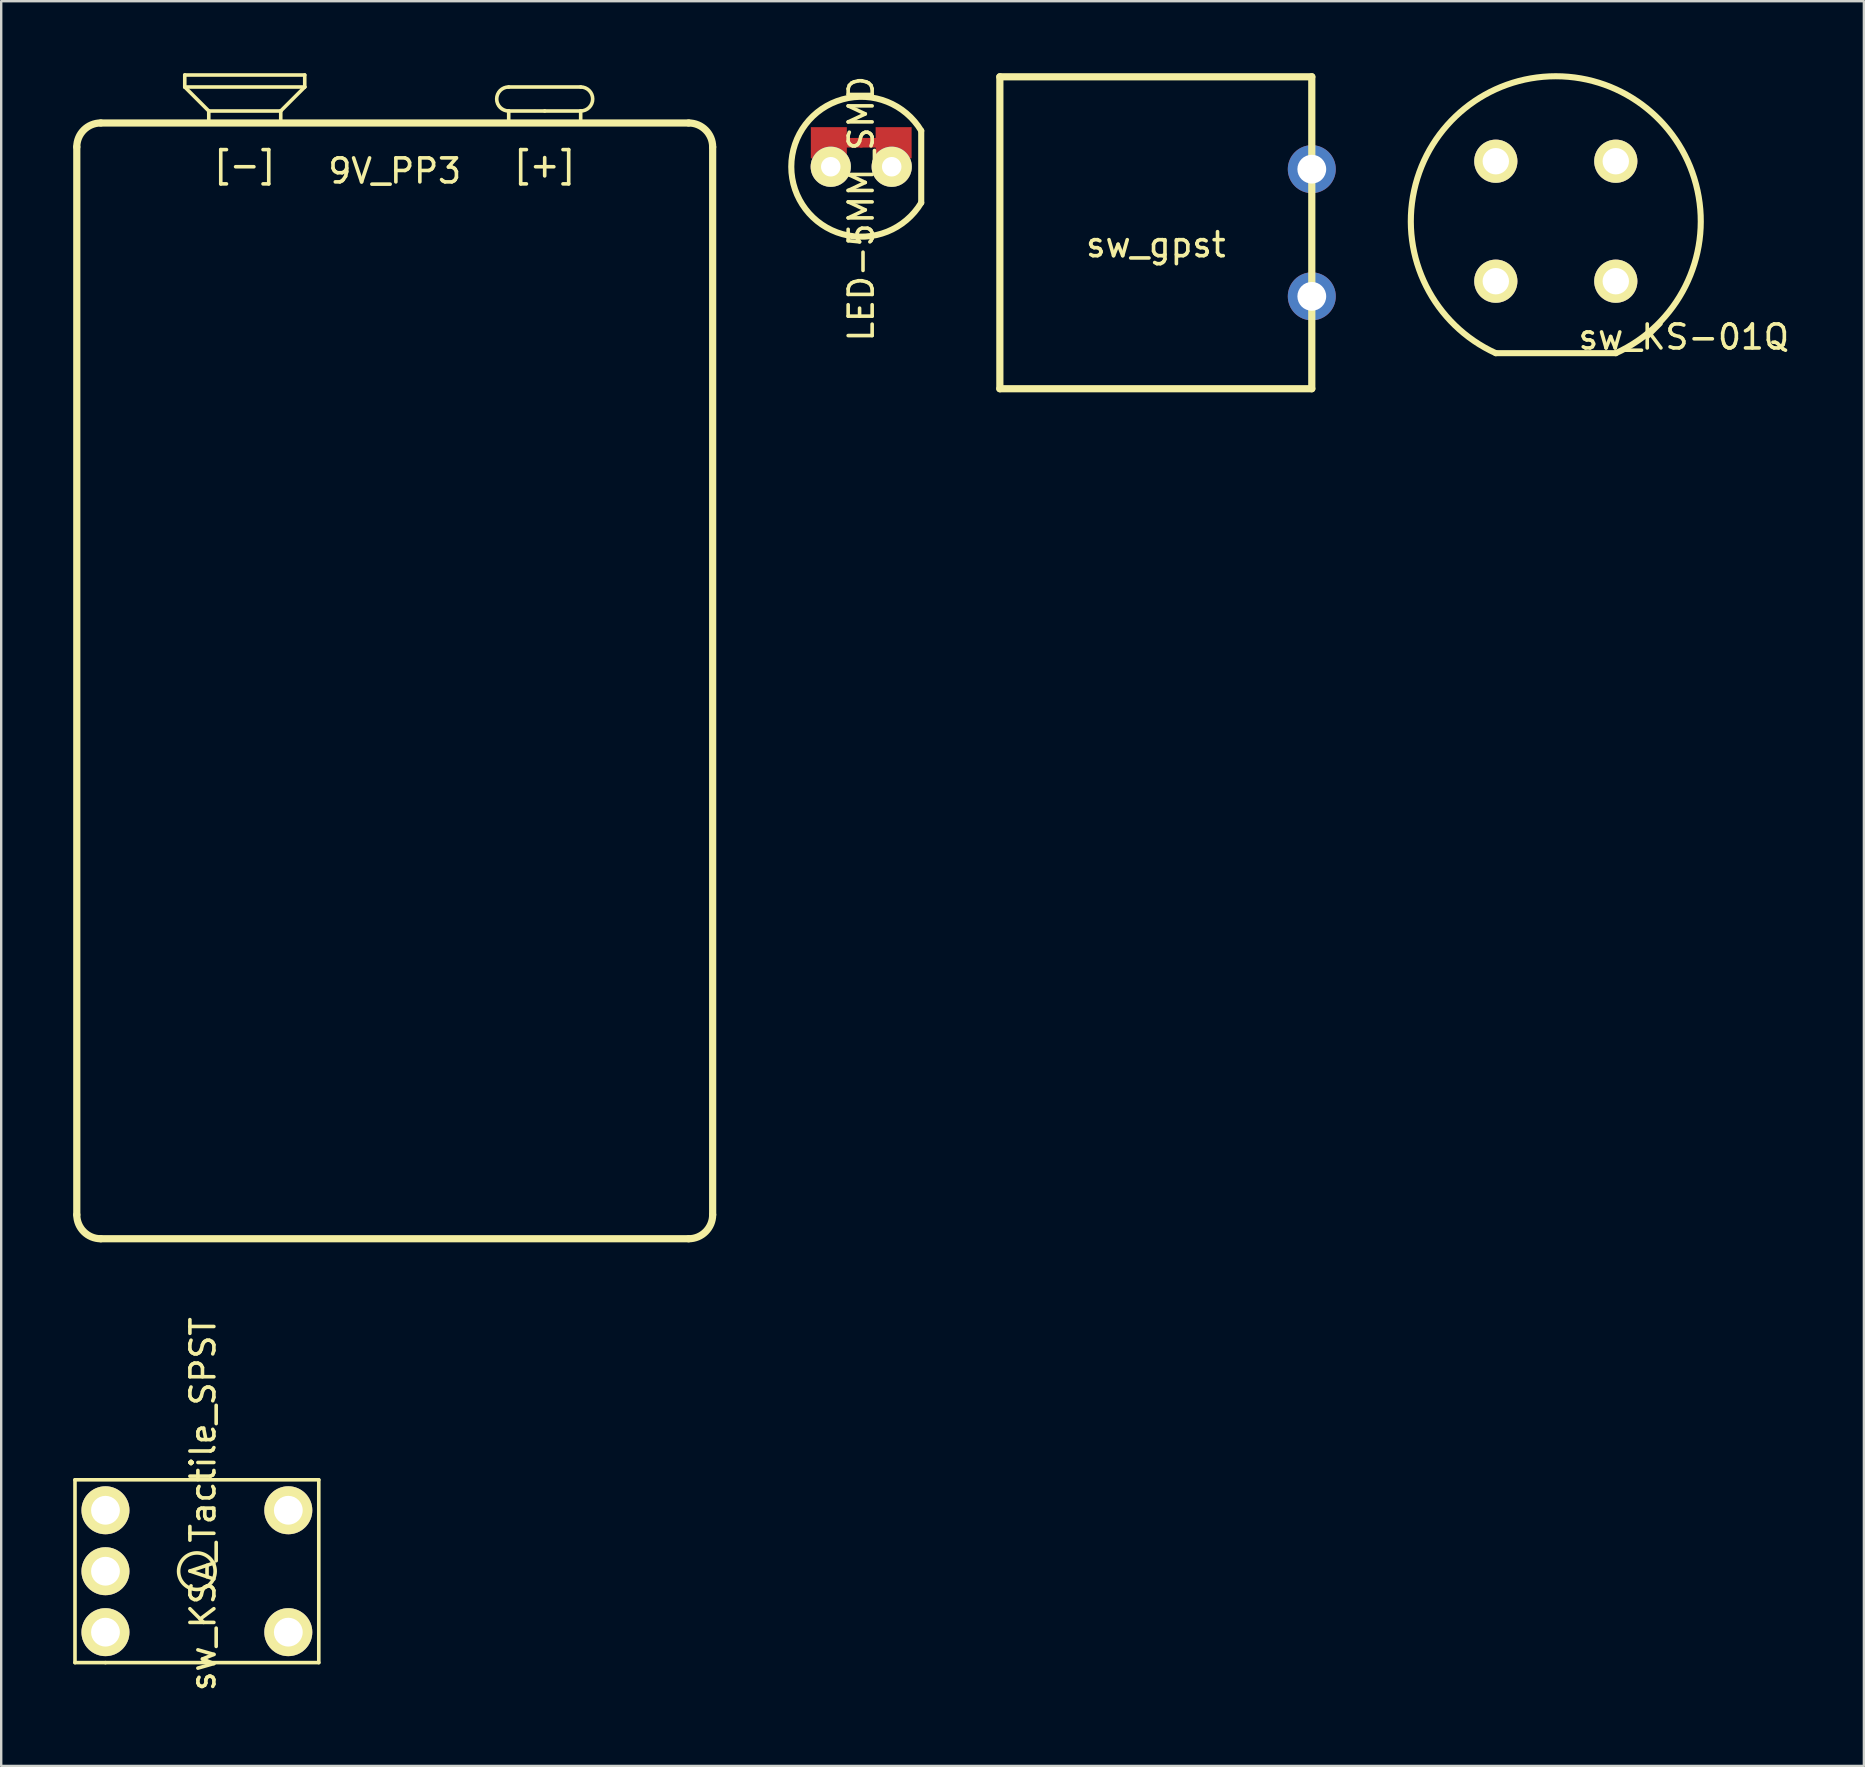
<source format=kicad_pcb>
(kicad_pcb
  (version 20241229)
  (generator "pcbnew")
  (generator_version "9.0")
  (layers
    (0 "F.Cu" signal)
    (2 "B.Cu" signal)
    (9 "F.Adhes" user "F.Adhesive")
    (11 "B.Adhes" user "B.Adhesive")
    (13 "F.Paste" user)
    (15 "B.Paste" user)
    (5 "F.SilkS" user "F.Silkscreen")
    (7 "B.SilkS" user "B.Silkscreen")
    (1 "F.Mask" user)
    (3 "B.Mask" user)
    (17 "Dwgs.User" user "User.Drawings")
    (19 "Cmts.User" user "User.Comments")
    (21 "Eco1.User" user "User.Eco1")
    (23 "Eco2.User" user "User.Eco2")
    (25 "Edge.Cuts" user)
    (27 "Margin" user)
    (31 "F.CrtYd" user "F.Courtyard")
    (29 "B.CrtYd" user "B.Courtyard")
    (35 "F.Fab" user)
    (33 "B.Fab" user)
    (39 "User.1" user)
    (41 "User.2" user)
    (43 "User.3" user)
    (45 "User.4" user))
  (footprint "sw_gpst"
    (layer "F.Cu")
    (at 45.119 6.65)
    (property "Reference" "sw_gpst" (at 0 0.5 0) (layer "F.SilkS") (effects (font (size 1 1) (thickness 0.15))))
    (attr through_hole)
    (fp_line (start -6.5 -6.5) (end 6.5 -6.5) (stroke (width 0.3) (type solid)) (layer "F.SilkS"))
    (fp_line (start -6.5 6.5) (end -6.5 -6.5) (stroke (width 0.3) (type solid)) (layer "F.SilkS"))
    (fp_line (start 6.5 -6.5) (end 6.5 6.5) (stroke (width 0.3) (type solid)) (layer "F.SilkS"))
    (fp_line (start 6.5 6.5) (end -6.5 6.5) (stroke (width 0.3) (type solid)) (layer "F.SilkS"))
    (pad "1" thru_hole circle (at 6.5 -2.65) (size 2 2) (drill 1.2) (layers "*.Cu" "*.Mask"))
    (pad "2" thru_hole circle (at 6.5 2.65) (size 2 2) (drill 1.2) (layers "*.Cu" "*.Mask")))
  (footprint "9V_PP3"
    (layer "F.Cu")
    (at 13.4 2.075)
    (property "Reference" "9V_PP3" (at 0 2 0) (layer "F.SilkS") (effects (font (size 1 1) (thickness 0.15))))
    (attr through_hole)
    (fp_line (start -13.25 45.5) (end -13.25 1) (stroke (width 0.3) (type solid)) (layer "F.SilkS"))
    (fp_line (start -12.25 0) (end 12.25 0) (stroke (width 0.3) (type solid)) (layer "F.SilkS"))
    (fp_line (start -8.75 -2) (end -8.75 -1.5) (stroke (width 0.15) (type solid)) (layer "F.SilkS"))
    (fp_line (start -8.75 -1.5) (end -3.75 -1.5) (stroke (width 0.15) (type solid)) (layer "F.SilkS"))
    (fp_line (start -7.75 -0.5) (end -8.75 -1.5) (stroke (width 0.15) (type solid)) (layer "F.SilkS"))
    (fp_line (start -7.75 -0.5) (end -4.75 -0.5) (stroke (width 0.15) (type solid)) (layer "F.SilkS"))
    (fp_line (start -7.75 0) (end -7.75 -0.5) (stroke (width 0.15) (type solid)) (layer "F.SilkS"))
    (fp_line (start -4.75 -0.5) (end -4.75 0) (stroke (width 0.15) (type solid)) (layer "F.SilkS"))
    (fp_line (start -3.75 -2) (end -8.75 -2) (stroke (width 0.15) (type solid)) (layer "F.SilkS"))
    (fp_line (start -3.75 -1.5) (end -4.75 -0.5) (stroke (width 0.15) (type solid)) (layer "F.SilkS"))
    (fp_line (start -3.75 -1.5) (end -3.75 -2) (stroke (width 0.15) (type solid)) (layer "F.SilkS"))
    (fp_line (start 4.75 -0.5) (end 4.75 0) (stroke (width 0.15) (type solid)) (layer "F.SilkS"))
    (fp_line (start 6.25 -0.5) (end 4.75 -0.5) (stroke (width 0.15) (type solid)) (layer "F.SilkS"))
    (fp_line (start 6.25 -0.5) (end 7.75 -0.5) (stroke (width 0.15) (type solid)) (layer "F.SilkS"))
    (fp_line (start 7.75 -1.5) (end 4.75 -1.5) (stroke (width 0.15) (type solid)) (layer "F.SilkS"))
    (fp_line (start 7.75 -0.5) (end 7.75 0) (stroke (width 0.15) (type solid)) (layer "F.SilkS"))
    (fp_line (start 12.25 46.5) (end -12.25 46.5) (stroke (width 0.3) (type solid)) (layer "F.SilkS"))
    (fp_line (start 13.25 1) (end 13.25 45.5) (stroke (width 0.3) (type solid)) (layer "F.SilkS"))
    (fp_arc (start -13.25 1) (mid -12.957107 0.292893) (end -12.25 0) (stroke (width 0.3) (type solid)) (layer "F.SilkS"))
    (fp_arc (start -12.25 46.5) (mid -12.957107 46.207107) (end -13.25 45.5) (stroke (width 0.3) (type solid)) (layer "F.SilkS"))
    (fp_arc (start 4.75 -0.5) (mid 4.25 -1) (end 4.75 -1.5) (stroke (width 0.15) (type solid)) (layer "F.SilkS"))
    (fp_arc (start 7.75 -1.5) (mid 8.25 -1) (end 7.75 -0.5) (stroke (width 0.15) (type solid)) (layer "F.SilkS"))
    (fp_arc (start 12.25 0) (mid 12.957107 0.292893) (end 13.25 1) (stroke (width 0.3) (type solid)) (layer "F.SilkS"))
    (fp_arc (start 13.25 45.5) (mid 12.957107 46.207107) (end 12.25 46.5) (stroke (width 0.3) (type solid)) (layer "F.SilkS"))
    (fp_text user "[+]" (at 6.25 1.75 0) (layer "F.SilkS") (effects (font (size 1 1) (thickness 0.15))))
    (fp_text user "[-]" (at -6.25 1.75 0) (layer "F.SilkS") (effects (font (size 1 1) (thickness 0.15)))))
  (footprint "sw_KS-01Q"
    (layer "F.Cu")
    (at 61.788 6.169)
    (property "Reference" "sw_KS-01Q" (at 5.334 4.826 0) (layer "F.SilkS") (effects (font (size 1 1) (thickness 0.15))))
    (attr through_hole)
    (fp_line (start -2.5 5.5) (end 2.5 5.5) (stroke (width 0.254) (type solid)) (layer "F.SilkS"))
    (fp_arc (start -2.5 5.5) (mid 0 -6.041523) (end 2.5 5.5) (stroke (width 0.254) (type solid)) (layer "F.SilkS"))
    (pad "1" thru_hole circle (at -2.5 2.5) (size 1.8 1.8) (drill 1.1) (layers "*.Cu" "*.Mask" "F.SilkS"))
    (pad "2" thru_hole circle (at 2.5 2.5) (size 1.8 1.8) (drill 1.1) (layers "*.Cu" "*.Mask" "F.SilkS"))
    (pad "3" thru_hole circle (at -2.5 -2.5) (size 1.8 1.8) (drill 1.1) (layers "*.Cu" "*.Mask" "F.SilkS"))
    (pad "4" thru_hole circle (at 2.5 -2.5) (size 1.8 1.8) (drill 1.1) (layers "*.Cu" "*.Mask" "F.SilkS")))
  (footprint "sw_KSA_Tactile_SPST"
    (layer "F.Cu")
    (at 5.155 62.43)
    (property "Reference" "sw_KSA_Tactile_SPST" (at 0.254 -2.794 90) (layer "F.SilkS") (effects (font (size 1 1) (thickness 0.15))))
    (attr through_hole)
    (fp_line (start -5.08 -3.81) (end -5.08 3.81) (stroke (width 0.15) (type solid)) (layer "F.SilkS"))
    (fp_line (start -5.08 3.81) (end -3.81 3.81) (stroke (width 0.15) (type solid)) (layer "F.SilkS"))
    (fp_line (start -3.81 3.81) (end 5.08 3.81) (stroke (width 0.15) (type solid)) (layer "F.SilkS"))
    (fp_line (start 5.08 -3.81) (end -5.08 -3.81) (stroke (width 0.15) (type solid)) (layer "F.SilkS"))
    (fp_line (start 5.08 3.81) (end 5.08 -3.81) (stroke (width 0.15) (type solid)) (layer "F.SilkS"))
    (fp_circle (center 0 0) (end 0.762 0) (stroke (width 0.15) (type solid)) (fill no) (layer "F.SilkS"))
    (pad "1" thru_hole circle (at -3.81 -2.54) (size 2 2) (drill 1.2) (layers "*.Cu" "*.Mask" "F.SilkS"))
    (pad "1" thru_hole circle (at 3.81 -2.54) (size 2 2) (drill 1.2) (layers "*.Cu" "*.Mask" "F.SilkS"))
    (pad "2" thru_hole circle (at -3.81 2.54) (size 2 2) (drill 1.2) (layers "*.Cu" "*.Mask" "F.SilkS"))
    (pad "2" thru_hole circle (at 3.81 2.54) (size 2 2) (drill 1.2) (layers "*.Cu" "*.Mask" "F.SilkS"))
    (pad "5" thru_hole circle (at -3.81 0) (size 2 2) (drill 1.2) (layers "*.Cu" "*.Mask" "F.SilkS")))
  (footprint "LED-5MM_SMD"
    (layer "F.Cu")
    (at 32.842 3.899)
    (property "Reference" "LED-5MM_SMD" (at 0 1.75 90) (layer "F.SilkS") (effects (font (size 1 1) (thickness 0.15))))
    (attr through_hole)
    (fp_line (start 2.5 -1.5) (end 2.5 1.5) (stroke (width 0.254) (type solid)) (layer "F.SilkS"))
    (fp_arc (start 2.5 1.5) (mid -2.915476 0) (end 2.5 -1.5) (stroke (width 0.254) (type solid)) (layer "F.SilkS"))
    (pad "1" smd rect (at -1.35 -1) (size 1.5 1.3) (layers "F.Cu" "F.Mask" "F.Paste"))
    (pad "1" thru_hole circle (at -1.27 0) (size 1.676 1.676) (drill 0.813) (layers "*.Cu" "*.Mask" "F.SilkS"))
    (pad "1" smd rect (at -0.7 -1) (size 1.5 0.4) (layers "F.Cu" "F.Mask" "F.Paste"))
    (pad "2" smd rect (at 0.7 -1) (size 1.5 0.4) (layers "F.Cu" "F.Mask" "F.Paste"))
    (pad "2" thru_hole circle (at 1.27 0) (size 1.676 1.676) (drill 0.813) (layers "*.Cu" "*.Mask" "F.SilkS"))
    (pad "2" smd rect (at 1.35 -1) (size 1.5 1.3) (layers "F.Cu" "F.Mask" "F.Paste")))
  (gr_rect
    (start -3 -3)
    (end 74.628 70.546)
    (stroke (width 0.1) (type default))
    (fill no)
    (layer "Edge.Cuts")))
</source>
